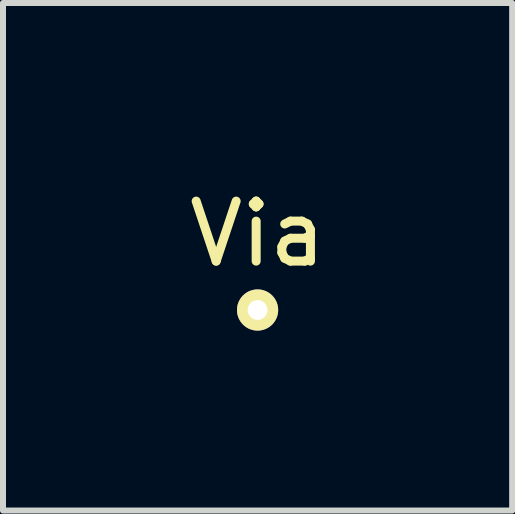
<source format=kicad_pcb>
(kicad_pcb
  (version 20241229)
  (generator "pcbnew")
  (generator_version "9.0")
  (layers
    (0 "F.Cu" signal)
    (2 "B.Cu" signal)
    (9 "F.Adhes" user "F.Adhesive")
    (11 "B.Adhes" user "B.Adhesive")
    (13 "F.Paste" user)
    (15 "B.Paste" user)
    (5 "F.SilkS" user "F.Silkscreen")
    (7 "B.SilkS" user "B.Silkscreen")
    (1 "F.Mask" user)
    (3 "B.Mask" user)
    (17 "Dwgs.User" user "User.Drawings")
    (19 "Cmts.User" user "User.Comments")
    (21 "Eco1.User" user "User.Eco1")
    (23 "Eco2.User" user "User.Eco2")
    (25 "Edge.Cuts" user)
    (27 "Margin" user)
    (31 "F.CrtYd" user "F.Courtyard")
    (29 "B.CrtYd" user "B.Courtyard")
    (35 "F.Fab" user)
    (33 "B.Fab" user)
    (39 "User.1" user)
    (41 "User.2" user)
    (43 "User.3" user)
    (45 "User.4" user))
  (footprint "Via"
    (layer "F.Cu")
    (at 1.244 2.118)
    (property "Reference" "Via" (at 0 -1.27 0) (layer "F.SilkS") (effects (font (size 1 1) (thickness 0.15))))
    (attr through_hole)
    (pad "1" thru_hole circle (at 0 0) (size 0.686 0.686) (drill 0.33) (layers "*.Cu" "F.SilkS")))
  (gr_rect
    (start -3 -3)
    (end 5.488 5.461)
    (stroke (width 0.1) (type default))
    (fill no)
    (layer "Edge.Cuts")))
</source>
